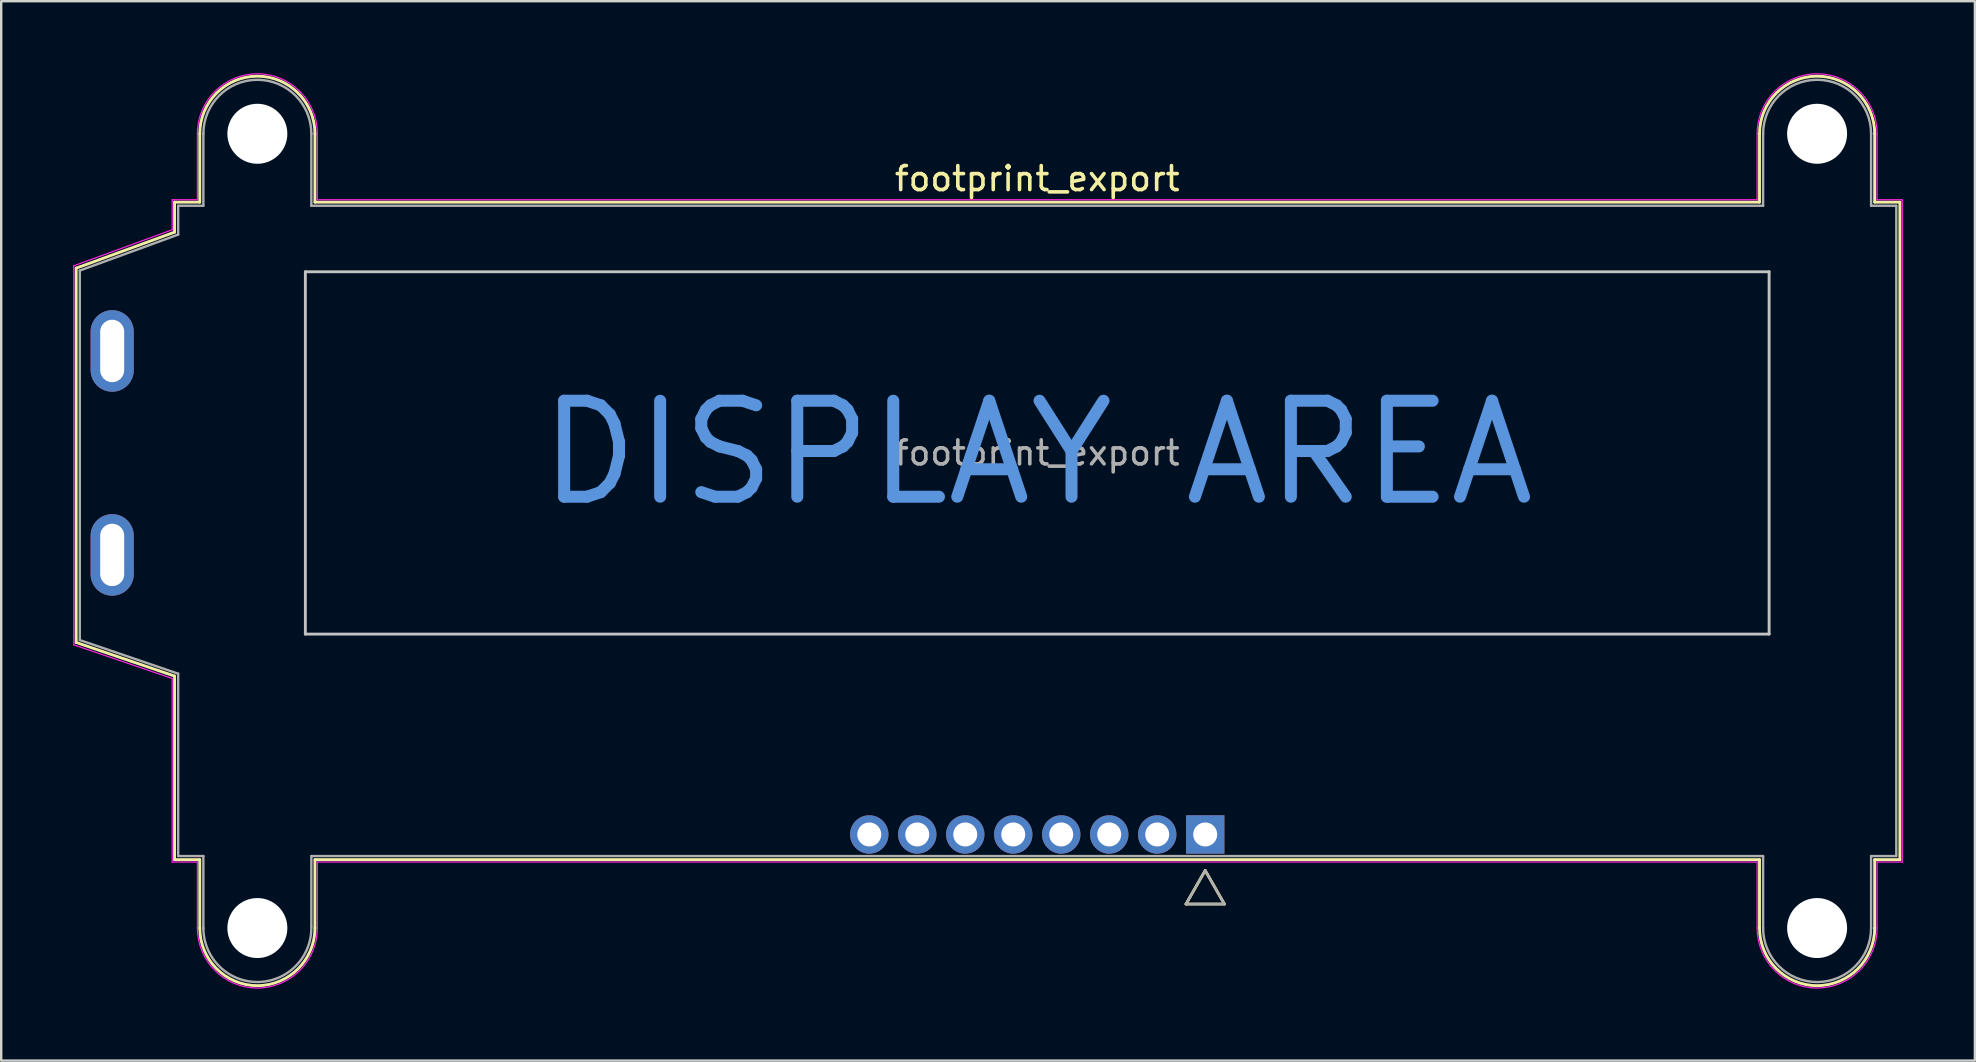
<source format=kicad_pcb>
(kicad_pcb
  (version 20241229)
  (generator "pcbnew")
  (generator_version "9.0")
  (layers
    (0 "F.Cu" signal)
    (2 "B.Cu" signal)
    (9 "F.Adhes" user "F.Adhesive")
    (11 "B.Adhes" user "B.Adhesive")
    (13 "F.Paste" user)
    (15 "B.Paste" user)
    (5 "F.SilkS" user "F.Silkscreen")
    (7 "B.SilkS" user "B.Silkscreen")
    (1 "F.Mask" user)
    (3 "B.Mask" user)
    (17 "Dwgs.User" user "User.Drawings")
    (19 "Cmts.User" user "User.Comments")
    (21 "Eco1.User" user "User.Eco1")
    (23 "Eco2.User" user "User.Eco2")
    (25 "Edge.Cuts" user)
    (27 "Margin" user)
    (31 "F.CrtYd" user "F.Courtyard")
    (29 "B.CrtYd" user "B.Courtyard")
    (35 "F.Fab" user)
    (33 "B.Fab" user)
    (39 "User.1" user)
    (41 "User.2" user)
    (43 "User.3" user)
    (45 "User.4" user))
  (footprint "footprint_export"
    (layer "F.Cu")
    (at 40.175 15.825)
    (property "Reference" "footprint_export" (at 0 -11.43 0) (layer "F.SilkS") (effects (font (size 1 1) (thickness 0.15))))
    (attr through_hole)
    (fp_line (start -40.05 -7.7) (end -40.05 7.9) (stroke (width 0.12) (type solid)) (layer "F.SilkS"))
    (fp_line (start -40.05 7.9) (end -35.95 9.3) (stroke (width 0.12) (type solid)) (layer "F.SilkS"))
    (fp_line (start -35.95 -10.45) (end -35.95 -9.2) (stroke (width 0.12) (type solid)) (layer "F.SilkS"))
    (fp_line (start -35.95 -9.2) (end -40.05 -7.7) (stroke (width 0.12) (type solid)) (layer "F.SilkS"))
    (fp_line (start -35.95 9.3) (end -35.95 16.95) (stroke (width 0.12) (type solid)) (layer "F.SilkS"))
    (fp_line (start -35.95 16.95) (end -34.9 16.95) (stroke (width 0.12) (type solid)) (layer "F.SilkS"))
    (fp_line (start -34.9 -13.3) (end -34.9 -10.45) (stroke (width 0.12) (type solid)) (layer "F.SilkS"))
    (fp_line (start -34.9 -10.45) (end -35.95 -10.45) (stroke (width 0.12) (type solid)) (layer "F.SilkS"))
    (fp_line (start -34.9 16.95) (end -34.9 19.8) (stroke (width 0.12) (type solid)) (layer "F.SilkS"))
    (fp_line (start -30.1 -10.45) (end -30.1 -13.3) (stroke (width 0.12) (type solid)) (layer "F.SilkS"))
    (fp_line (start -30.1 16.95) (end 30.1 16.95) (stroke (width 0.12) (type solid)) (layer "F.SilkS"))
    (fp_line (start -30.1 19.8) (end -30.1 16.95) (stroke (width 0.12) (type solid)) (layer "F.SilkS"))
    (fp_line (start 6.2 18.8) (end 7 17.4) (stroke (width 0.12) (type solid)) (layer "F.SilkS"))
    (fp_line (start 6.2 18.8) (end 7.8 18.8) (stroke (width 0.12) (type solid)) (layer "F.SilkS"))
    (fp_line (start 7 17.4) (end 7.8 18.8) (stroke (width 0.12) (type solid)) (layer "F.SilkS"))
    (fp_line (start 30.1 -13.3) (end 30.1 -10.45) (stroke (width 0.12) (type solid)) (layer "F.SilkS"))
    (fp_line (start 30.1 -10.45) (end -30.1 -10.45) (stroke (width 0.12) (type solid)) (layer "F.SilkS"))
    (fp_line (start 30.1 16.95) (end 30.1 19.8) (stroke (width 0.12) (type solid)) (layer "F.SilkS"))
    (fp_line (start 34.9 -10.45) (end 34.9 -13.3) (stroke (width 0.12) (type solid)) (layer "F.SilkS"))
    (fp_line (start 34.9 16.95) (end 35.95 16.95) (stroke (width 0.12) (type solid)) (layer "F.SilkS"))
    (fp_line (start 34.9 19.8) (end 34.9 16.95) (stroke (width 0.12) (type solid)) (layer "F.SilkS"))
    (fp_line (start 35.95 -10.45) (end 34.9 -10.45) (stroke (width 0.12) (type solid)) (layer "F.SilkS"))
    (fp_line (start 35.95 16.95) (end 35.95 -10.45) (stroke (width 0.12) (type solid)) (layer "F.SilkS"))
    (fp_arc (start -34.9 -13.3) (mid -32.5 -15.7) (end -30.1 -13.3) (stroke (width 0.12) (type solid)) (layer "F.SilkS"))
    (fp_arc (start -30.1 19.8) (mid -32.5 22.2) (end -34.9 19.8) (stroke (width 0.12) (type solid)) (layer "F.SilkS"))
    (fp_arc (start 30.1 -13.3) (mid 32.5 -15.7) (end 34.9 -13.3) (stroke (width 0.12) (type solid)) (layer "F.SilkS"))
    (fp_arc (start 34.9 19.8) (mid 32.5 22.2) (end 30.1 19.8) (stroke (width 0.12) (type solid)) (layer "F.SilkS"))
    (fp_line (start -30.5 -7.55) (end 30.5 -7.55) (stroke (width 0.12) (type solid)) (layer "Dwgs.User"))
    (fp_line (start -30.5 7.55) (end -30.5 -7.55) (stroke (width 0.12) (type solid)) (layer "Dwgs.User"))
    (fp_line (start 30.5 -7.55) (end 30.5 7.55) (stroke (width 0.12) (type solid)) (layer "Dwgs.User"))
    (fp_line (start 30.5 7.55) (end -30.5 7.55) (stroke (width 0.12) (type solid)) (layer "Dwgs.User"))
    (fp_line (start -40.15 -7.8) (end -36.05 -9.3) (stroke (width 0.05) (type solid)) (layer "F.CrtYd"))
    (fp_line (start -40.15 8) (end -40.15 -7.8) (stroke (width 0.05) (type solid)) (layer "F.CrtYd"))
    (fp_line (start -36.05 -10.55) (end -35 -10.55) (stroke (width 0.05) (type solid)) (layer "F.CrtYd"))
    (fp_line (start -36.05 -9.3) (end -36.05 -10.55) (stroke (width 0.05) (type solid)) (layer "F.CrtYd"))
    (fp_line (start -36.05 9.4) (end -40.15 8) (stroke (width 0.05) (type solid)) (layer "F.CrtYd"))
    (fp_line (start -36.05 17.05) (end -36.05 9.4) (stroke (width 0.05) (type solid)) (layer "F.CrtYd"))
    (fp_line (start -35 -10.55) (end -35 -13.3) (stroke (width 0.05) (type solid)) (layer "F.CrtYd"))
    (fp_line (start -35 17.05) (end -36.05 17.05) (stroke (width 0.05) (type solid)) (layer "F.CrtYd"))
    (fp_line (start -35 19.8) (end -35 17.05) (stroke (width 0.05) (type solid)) (layer "F.CrtYd"))
    (fp_line (start -30 -13.3) (end -30 -10.55) (stroke (width 0.05) (type solid)) (layer "F.CrtYd"))
    (fp_line (start -30 -10.55) (end 30 -10.55) (stroke (width 0.05) (type solid)) (layer "F.CrtYd"))
    (fp_line (start -30 17.05) (end -30 19.8) (stroke (width 0.05) (type solid)) (layer "F.CrtYd"))
    (fp_line (start 30 -10.55) (end 30 -13.3) (stroke (width 0.05) (type solid)) (layer "F.CrtYd"))
    (fp_line (start 30 17.05) (end -30 17.05) (stroke (width 0.05) (type solid)) (layer "F.CrtYd"))
    (fp_line (start 30 19.8) (end 30 17.05) (stroke (width 0.05) (type solid)) (layer "F.CrtYd"))
    (fp_line (start 35 -10.55) (end 35 -13.3) (stroke (width 0.05) (type solid)) (layer "F.CrtYd"))
    (fp_line (start 35 17.05) (end 35 19.8) (stroke (width 0.05) (type solid)) (layer "F.CrtYd"))
    (fp_line (start 36.05 -10.55) (end 35 -10.55) (stroke (width 0.05) (type solid)) (layer "F.CrtYd"))
    (fp_line (start 36.05 -10.55) (end 36.05 17.05) (stroke (width 0.05) (type solid)) (layer "F.CrtYd"))
    (fp_line (start 36.05 17.05) (end 35 17.05) (stroke (width 0.05) (type solid)) (layer "F.CrtYd"))
    (fp_arc (start -35 -13.3) (mid -32.5 -15.8) (end -30 -13.3) (stroke (width 0.05) (type solid)) (layer "F.CrtYd"))
    (fp_arc (start -30 19.8) (mid -32.5 22.3) (end -35 19.8) (stroke (width 0.05) (type solid)) (layer "F.CrtYd"))
    (fp_arc (start 30 -13.3) (mid 32.5 -15.8) (end 35 -13.3) (stroke (width 0.05) (type solid)) (layer "F.CrtYd"))
    (fp_arc (start 35 19.8) (mid 32.5 22.3) (end 30 19.8) (stroke (width 0.05) (type solid)) (layer "F.CrtYd"))
    (fp_line (start -39.9 -7.6) (end -35.8 -9.1) (stroke (width 0.1) (type solid)) (layer "F.Fab"))
    (fp_line (start -39.9 7.8) (end -39.9 -7.6) (stroke (width 0.1) (type solid)) (layer "F.Fab"))
    (fp_line (start -35.8 -10.3) (end -35.8 -9.1) (stroke (width 0.1) (type solid)) (layer "F.Fab"))
    (fp_line (start -35.8 -10.3) (end -34.75 -10.3) (stroke (width 0.1) (type solid)) (layer "F.Fab"))
    (fp_line (start -35.8 9.2) (end -39.9 7.8) (stroke (width 0.1) (type solid)) (layer "F.Fab"))
    (fp_line (start -35.8 9.2) (end -35.8 16.8) (stroke (width 0.1) (type solid)) (layer "F.Fab"))
    (fp_line (start -34.75 -10.3) (end -34.75 -13.3) (stroke (width 0.1) (type solid)) (layer "F.Fab"))
    (fp_line (start -34.75 16.8) (end -35.8 16.8) (stroke (width 0.1) (type solid)) (layer "F.Fab"))
    (fp_line (start -34.75 19.8) (end -34.75 16.8) (stroke (width 0.1) (type solid)) (layer "F.Fab"))
    (fp_line (start -30.25 -10.3) (end -30.25 -13.3) (stroke (width 0.1) (type solid)) (layer "F.Fab"))
    (fp_line (start -30.25 -10.3) (end 30.25 -10.3) (stroke (width 0.1) (type solid)) (layer "F.Fab"))
    (fp_line (start -30.25 16.8) (end -30.25 19.7) (stroke (width 0.1) (type solid)) (layer "F.Fab"))
    (fp_line (start -30.25 16.8) (end 30.25 16.8) (stroke (width 0.1) (type solid)) (layer "F.Fab"))
    (fp_line (start 6.2 18.8) (end 7.8 18.8) (stroke (width 0.1) (type solid)) (layer "F.Fab"))
    (fp_line (start 7 17.4) (end 6.2 18.8) (stroke (width 0.1) (type solid)) (layer "F.Fab"))
    (fp_line (start 7.8 18.8) (end 7 17.4) (stroke (width 0.1) (type solid)) (layer "F.Fab"))
    (fp_line (start 30.25 -10.3) (end 30.25 -13.3) (stroke (width 0.1) (type solid)) (layer "F.Fab"))
    (fp_line (start 30.25 19.8) (end 30.25 16.8) (stroke (width 0.1) (type solid)) (layer "F.Fab"))
    (fp_line (start 34.75 -13.3) (end 34.75 -10.3) (stroke (width 0.1) (type solid)) (layer "F.Fab"))
    (fp_line (start 34.75 -10.3) (end 35.8 -10.3) (stroke (width 0.1) (type solid)) (layer "F.Fab"))
    (fp_line (start 34.75 16.8) (end 34.75 19.8) (stroke (width 0.1) (type solid)) (layer "F.Fab"))
    (fp_line (start 35.8 -10.3) (end 35.8 16.8) (stroke (width 0.1) (type solid)) (layer "F.Fab"))
    (fp_line (start 35.8 16.8) (end 34.75 16.8) (stroke (width 0.1) (type solid)) (layer "F.Fab"))
    (fp_arc (start -34.75 -13.3) (mid -32.5 -15.55) (end -30.25 -13.3) (stroke (width 0.1) (type solid)) (layer "F.Fab"))
    (fp_arc (start -30.251542 19.716724) (mid -32.458355 22.049614) (end -34.75 19.8) (stroke (width 0.1) (type solid)) (layer "F.Fab"))
    (fp_arc (start 30.25 -13.3) (mid 32.5 -15.55) (end 34.75 -13.3) (stroke (width 0.1) (type solid)) (layer "F.Fab"))
    (fp_arc (start 34.75 19.8) (mid 32.5 22.05) (end 30.25 19.8) (stroke (width 0.1) (type solid)) (layer "F.Fab"))
    (fp_text user "DISPLAY AREA" (at 0 0 0) (layer "Cmts.User") (effects (font (size 4 4) (thickness 0.5))))
    (fp_text user "${REFERENCE}" (at 0 0 0) (layer "F.Fab") (effects (font (size 1 1) (thickness 0.15))))
    (pad "" np_thru_hole circle (at -32.5 -13.3) (size 2.5 2.5) (drill 2.5) (layers "*.Cu" "*.Mask"))
    (pad "" np_thru_hole circle (at -32.5 19.8) (size 2.5 2.5) (drill 2.5) (layers "*.Cu" "*.Mask"))
    (pad "" np_thru_hole circle (at 32.5 -13.3) (size 2.5 2.5) (drill 2.5) (layers "*.Cu" "*.Mask"))
    (pad "" np_thru_hole circle (at 32.5 19.8) (size 2.5 2.5) (drill 2.5) (layers "*.Cu" "*.Mask"))
    (pad "1" thru_hole rect (at 7 15.9) (size 1.6 1.6) (drill 1) (layers "*.Cu" "*.Mask"))
    (pad "2" thru_hole circle (at 5 15.9) (size 1.6 1.6) (drill 1) (layers "*.Cu" "*.Mask"))
    (pad "3" thru_hole circle (at 3 15.9) (size 1.6 1.6) (drill 1) (layers "*.Cu" "*.Mask"))
    (pad "4" thru_hole circle (at 1 15.9) (size 1.6 1.6) (drill 1) (layers "*.Cu" "*.Mask"))
    (pad "5" thru_hole circle (at -1 15.9) (size 1.6 1.6) (drill 1) (layers "*.Cu" "*.Mask"))
    (pad "6" thru_hole circle (at -3 15.9) (size 1.6 1.6) (drill 1) (layers "*.Cu" "*.Mask"))
    (pad "7" thru_hole circle (at -5 15.9) (size 1.6 1.6) (drill 1) (layers "*.Cu" "*.Mask"))
    (pad "8" thru_hole circle (at -7 15.9) (size 1.6 1.6) (drill 1) (layers "*.Cu" "*.Mask"))
    (pad "9" thru_hole oval (at -38.55 4.25) (size 1.8 3.4) (drill oval 1 2.6) (layers "*.Cu" "*.Mask"))
    (pad "10" thru_hole oval (at -38.55 -4.25) (size 1.8 3.4) (drill oval 1 2.6) (layers "*.Cu" "*.Mask")))
  (gr_rect
    (start -3 -3)
    (end 79.25 41.15)
    (stroke (width 0.1) (type default))
    (fill no)
    (layer "Edge.Cuts")))
</source>
